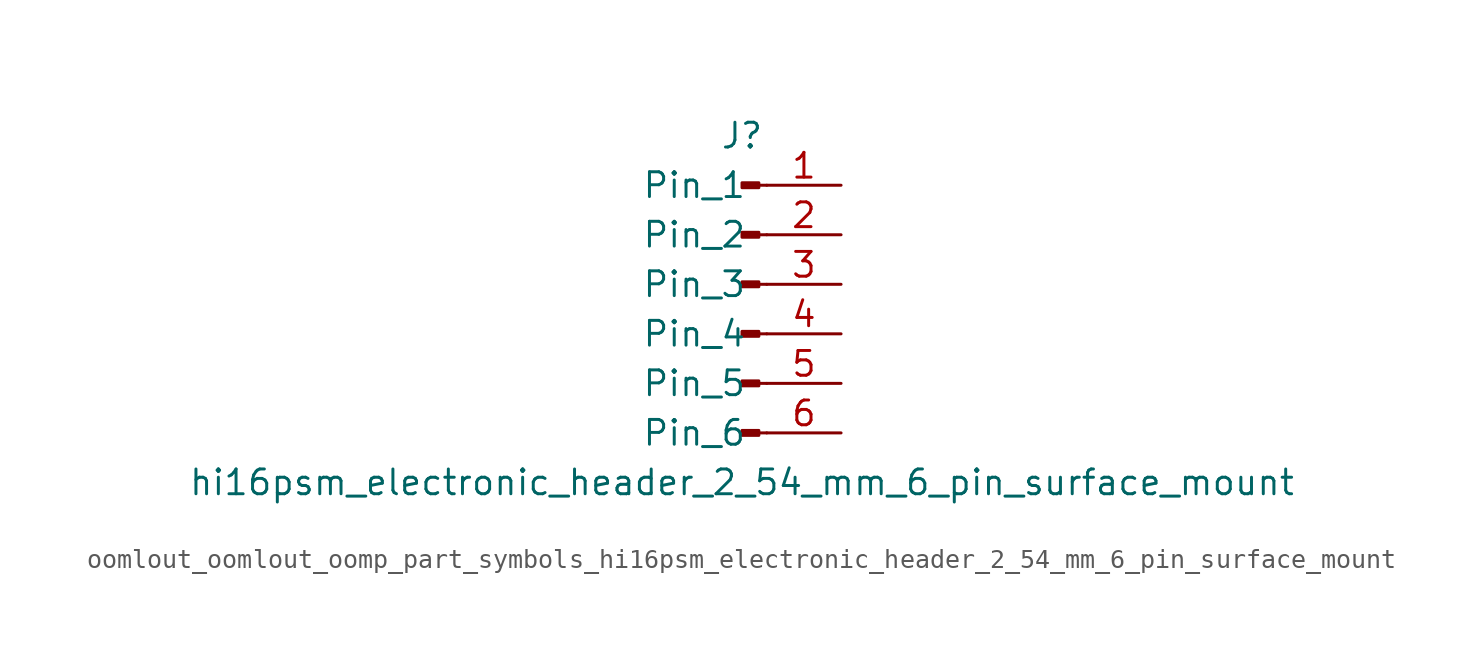
<source format=kicad_sym>
(kicad_symbol_lib
  (version 20220914)
  (generator kicad_symbol_editor)
  (symbol "oomlout_oomlout_oomp_part_symbols_hi16psm_electronic_header_2_54_mm_6_pin_surface_mount"
    (pin_names
      (offset 1.016))
    (property "Reference" "J"
      (at 0 7.62 0)
      (effects (font (size 1.27 1.27))))
    (property "Value" "hi16psm_electronic_header_2_54_mm_6_pin_surface_mount"
      (at 0 -10.16 0)
      (effects (font (size 1.27 1.27))))
    (property "ki_locked" ""
      (at 0 0 0)
      (effects (font (size 1.27 1.27))))
    (symbol "oomlout_oomlout_oomp_part_symbols_hi16psm_electronic_header_2_54_mm_6_pin_surface_mount_1_1"
      (polyline (pts (xy 1.27 -7.62) (xy 0.864 -7.62)) (stroke (width 0.152) (type default)) (fill (type none)))
      (polyline (pts (xy 1.27 -5.08) (xy 0.864 -5.08)) (stroke (width 0.152) (type default)) (fill (type none)))
      (polyline (pts (xy 1.27 -2.54) (xy 0.864 -2.54)) (stroke (width 0.152) (type default)) (fill (type none)))
      (polyline (pts (xy 1.27 0) (xy 0.864 0)) (stroke (width 0.152) (type default)) (fill (type none)))
      (polyline (pts (xy 1.27 2.54) (xy 0.864 2.54)) (stroke (width 0.152) (type default)) (fill (type none)))
      (polyline (pts (xy 1.27 5.08) (xy 0.864 5.08)) (stroke (width 0.152) (type default)) (fill (type none)))
      (rectangle (start 0.864 -7.493) (end 0 -7.747) (stroke (width 0.152) (type default)) (fill (type outline)))
      (rectangle (start 0.864 -4.953) (end 0 -5.207) (stroke (width 0.152) (type default)) (fill (type outline)))
      (rectangle (start 0.864 -2.413) (end 0 -2.667) (stroke (width 0.152) (type default)) (fill (type outline)))
      (rectangle (start 0.864 0.127) (end 0 -0.127) (stroke (width 0.152) (type default)) (fill (type outline)))
      (rectangle (start 0.864 2.667) (end 0 2.413) (stroke (width 0.152) (type default)) (fill (type outline)))
      (rectangle (start 0.864 5.207) (end 0 4.953) (stroke (width 0.152) (type default)) (fill (type outline)))
      (pin passive line (at 5.08 5.08 180) (length 3.81) (name "Pin_1" (effects (font (size 1.27 1.27)))) (number "1" (effects (font (size 1.27 1.27)))))
      (pin passive line (at 5.08 2.54 180) (length 3.81) (name "Pin_2" (effects (font (size 1.27 1.27)))) (number "2" (effects (font (size 1.27 1.27)))))
      (pin passive line (at 5.08 0 180) (length 3.81) (name "Pin_3" (effects (font (size 1.27 1.27)))) (number "3" (effects (font (size 1.27 1.27)))))
      (pin passive line (at 5.08 -2.54 180) (length 3.81) (name "Pin_4" (effects (font (size 1.27 1.27)))) (number "4" (effects (font (size 1.27 1.27)))))
      (pin passive line (at 5.08 -5.08 180) (length 3.81) (name "Pin_5" (effects (font (size 1.27 1.27)))) (number "5" (effects (font (size 1.27 1.27)))))
      (pin passive line (at 5.08 -7.62 180) (length 3.81) (name "Pin_6" (effects (font (size 1.27 1.27)))) (number "6" (effects (font (size 1.27 1.27))))))))
</source>
